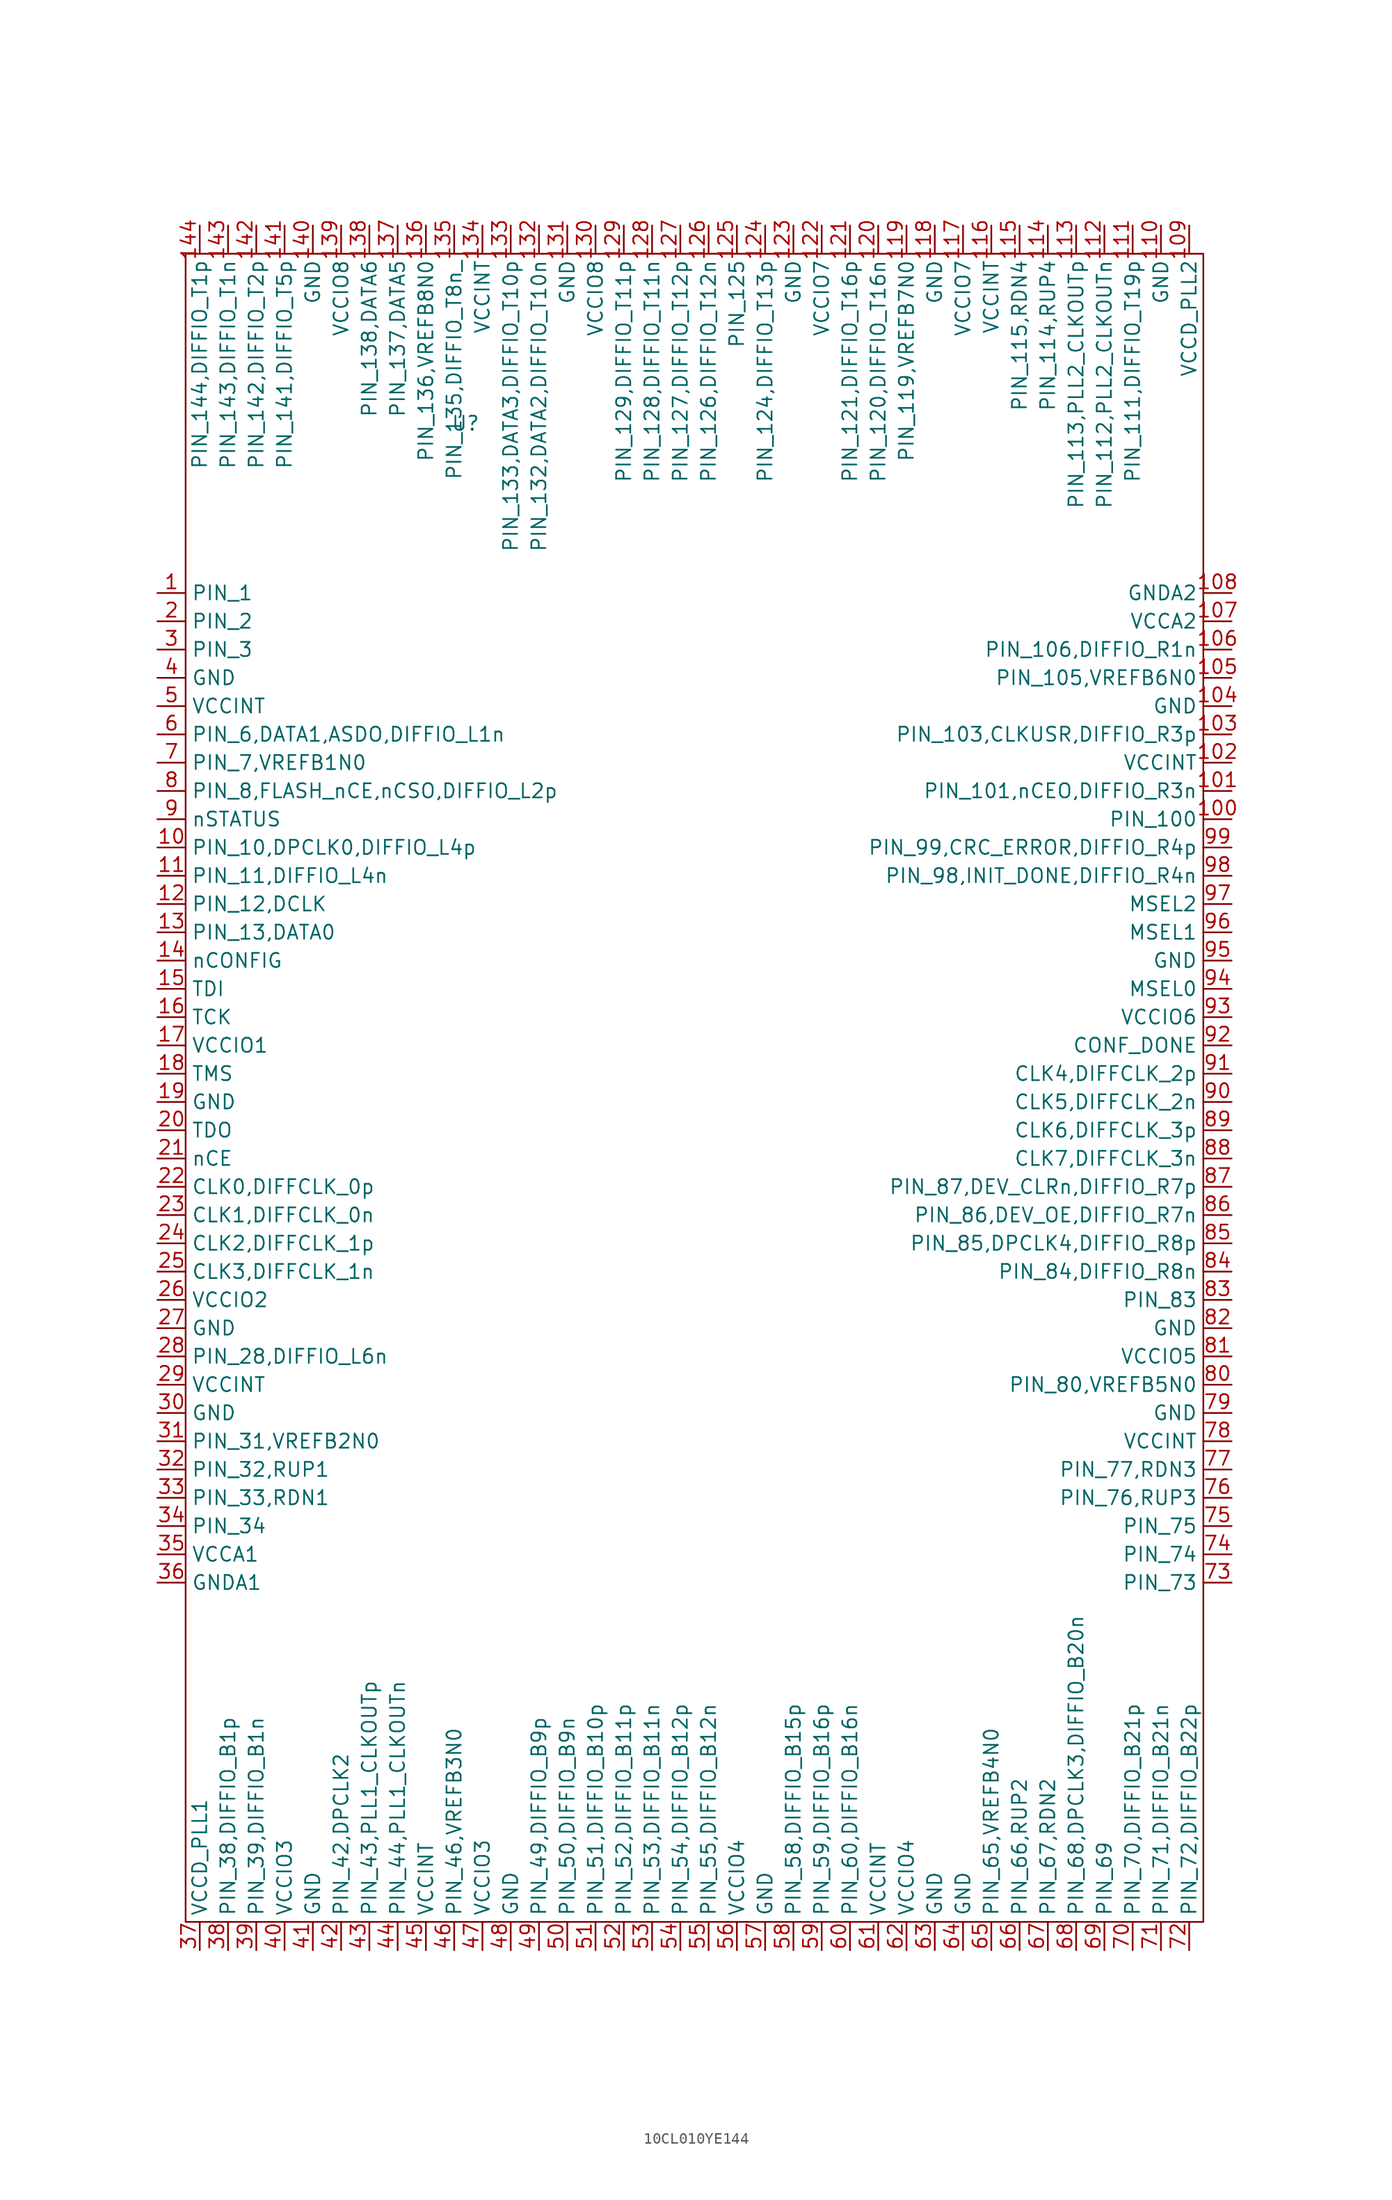
<source format=kicad_sym>
(kicad_symbol_lib
  (version 20231120)
  (generator "kicad_symbol_editor")
  (generator_version "8.0")
  (symbol "10CL010YE144"
    (property "Reference" "U"
      (at -20.574 57.15 0)
      (effects (font (size 1.27 1.27))))
    (property "Value" ""
      (at -20.32 11.43 0)
      (effects (font (size 1.27 1.27))))
    (symbol "10CL010YE144_0_1"
      (rectangle (start -45.72 72.39) (end 45.72 -77.47) (stroke (width 0) (type default)) (fill (type none))))
    (symbol "10CL010YE144_1_1"
      (pin bidirectional line (at -48.26 41.91 0) (length 2.54) (name "PIN_1" (effects (font (size 1.27 1.27)))) (number "1" (effects (font (size 1.27 1.27)))))
      (pin bidirectional line (at -48.26 19.05 0) (length 2.54) (name "PIN_10,DPCLK0,DIFFIO_L4p" (effects (font (size 1.27 1.27)))) (number "10" (effects (font (size 1.27 1.27)))))
      (pin bidirectional line (at 48.26 21.59 180) (length 2.54) (name "PIN_100" (effects (font (size 1.27 1.27)))) (number "100" (effects (font (size 1.27 1.27)))))
      (pin bidirectional line (at 48.26 24.13 180) (length 2.54) (name "PIN_101,nCEO,DIFFIO_R3n" (effects (font (size 1.27 1.27)))) (number "101" (effects (font (size 1.27 1.27)))))
      (pin power_in line (at 48.26 26.67 180) (length 2.54) (name "VCCINT" (effects (font (size 1.27 1.27)))) (number "102" (effects (font (size 1.27 1.27)))))
      (pin bidirectional line (at 48.26 29.21 180) (length 2.54) (name "PIN_103,CLKUSR,DIFFIO_R3p" (effects (font (size 1.27 1.27)))) (number "103" (effects (font (size 1.27 1.27)))))
      (pin power_in line (at 48.26 31.75 180) (length 2.54) (name "GND" (effects (font (size 1.27 1.27)))) (number "104" (effects (font (size 1.27 1.27)))))
      (pin bidirectional line (at 48.26 34.29 180) (length 2.54) (name "PIN_105,VREFB6N0" (effects (font (size 1.27 1.27)))) (number "105" (effects (font (size 1.27 1.27)))))
      (pin bidirectional line (at 48.26 36.83 180) (length 2.54) (name "PIN_106,DIFFIO_R1n" (effects (font (size 1.27 1.27)))) (number "106" (effects (font (size 1.27 1.27)))))
      (pin power_in line (at 48.26 39.37 180) (length 2.54) (name "VCCA2" (effects (font (size 1.27 1.27)))) (number "107" (effects (font (size 1.27 1.27)))))
      (pin power_in line (at 48.26 41.91 180) (length 2.54) (name "GNDA2" (effects (font (size 1.27 1.27)))) (number "108" (effects (font (size 1.27 1.27)))))
      (pin power_in line (at 44.45 74.93 270) (length 2.54) (name "VCCD_PLL2" (effects (font (size 1.27 1.27)))) (number "109" (effects (font (size 1.27 1.27)))))
      (pin bidirectional line (at -48.26 16.51 0) (length 2.54) (name "PIN_11,DIFFIO_L4n" (effects (font (size 1.27 1.27)))) (number "11" (effects (font (size 1.27 1.27)))))
      (pin power_in line (at 41.91 74.93 270) (length 2.54) (name "GND" (effects (font (size 1.27 1.27)))) (number "110" (effects (font (size 1.27 1.27)))))
      (pin bidirectional line (at 39.37 74.93 270) (length 2.54) (name "PIN_111,DIFFIO_T19p" (effects (font (size 1.27 1.27)))) (number "111" (effects (font (size 1.27 1.27)))))
      (pin bidirectional line (at 36.83 74.93 270) (length 2.54) (name "PIN_112,PLL2_CLKOUTn" (effects (font (size 1.27 1.27)))) (number "112" (effects (font (size 1.27 1.27)))))
      (pin bidirectional line (at 34.29 74.93 270) (length 2.54) (name "PIN_113,PLL2_CLKOUTp" (effects (font (size 1.27 1.27)))) (number "113" (effects (font (size 1.27 1.27)))))
      (pin bidirectional line (at 31.75 74.93 270) (length 2.54) (name "PIN_114,RUP4" (effects (font (size 1.27 1.27)))) (number "114" (effects (font (size 1.27 1.27)))))
      (pin bidirectional line (at 29.21 74.93 270) (length 2.54) (name "PIN_115,RDN4" (effects (font (size 1.27 1.27)))) (number "115" (effects (font (size 1.27 1.27)))))
      (pin power_in line (at 26.67 74.93 270) (length 2.54) (name "VCCINT" (effects (font (size 1.27 1.27)))) (number "116" (effects (font (size 1.27 1.27)))))
      (pin bidirectional line (at 24.13 74.93 270) (length 2.54) (name "VCCIO7" (effects (font (size 1.27 1.27)))) (number "117" (effects (font (size 1.27 1.27)))))
      (pin power_in line (at 21.59 74.93 270) (length 2.54) (name "GND" (effects (font (size 1.27 1.27)))) (number "118" (effects (font (size 1.27 1.27)))))
      (pin bidirectional line (at 19.05 74.93 270) (length 2.54) (name "PIN_119,VREFB7N0" (effects (font (size 1.27 1.27)))) (number "119" (effects (font (size 1.27 1.27)))))
      (pin bidirectional line (at -48.26 13.97 0) (length 2.54) (name "PIN_12,DCLK" (effects (font (size 1.27 1.27)))) (number "12" (effects (font (size 1.27 1.27)))))
      (pin bidirectional line (at 16.51 74.93 270) (length 2.54) (name "PIN_120,DIFFIO_T16n" (effects (font (size 1.27 1.27)))) (number "120" (effects (font (size 1.27 1.27)))))
      (pin bidirectional line (at 13.97 74.93 270) (length 2.54) (name "PIN_121,DIFFIO_T16p" (effects (font (size 1.27 1.27)))) (number "121" (effects (font (size 1.27 1.27)))))
      (pin power_in line (at 11.43 74.93 270) (length 2.54) (name "VCCIO7" (effects (font (size 1.27 1.27)))) (number "122" (effects (font (size 1.27 1.27)))))
      (pin power_in line (at 8.89 74.93 270) (length 2.54) (name "GND" (effects (font (size 1.27 1.27)))) (number "123" (effects (font (size 1.27 1.27)))))
      (pin bidirectional line (at 6.35 74.93 270) (length 2.54) (name "PIN_124,DIFFIO_T13p" (effects (font (size 1.27 1.27)))) (number "124" (effects (font (size 1.27 1.27)))))
      (pin bidirectional line (at 3.81 74.93 270) (length 2.54) (name "PIN_125" (effects (font (size 1.27 1.27)))) (number "125" (effects (font (size 1.27 1.27)))))
      (pin bidirectional line (at 1.27 74.93 270) (length 2.54) (name "PIN_126,DIFFIO_T12n" (effects (font (size 1.27 1.27)))) (number "126" (effects (font (size 1.27 1.27)))))
      (pin bidirectional line (at -1.27 74.93 270) (length 2.54) (name "PIN_127,DIFFIO_T12p" (effects (font (size 1.27 1.27)))) (number "127" (effects (font (size 1.27 1.27)))))
      (pin bidirectional line (at -3.81 74.93 270) (length 2.54) (name "PIN_128,DIFFIO_T11n" (effects (font (size 1.27 1.27)))) (number "128" (effects (font (size 1.27 1.27)))))
      (pin bidirectional line (at -6.35 74.93 270) (length 2.54) (name "PIN_129,DIFFIO_T11p" (effects (font (size 1.27 1.27)))) (number "129" (effects (font (size 1.27 1.27)))))
      (pin bidirectional line (at -48.26 11.43 0) (length 2.54) (name "PIN_13,DATA0" (effects (font (size 1.27 1.27)))) (number "13" (effects (font (size 1.27 1.27)))))
      (pin power_in line (at -8.89 74.93 270) (length 2.54) (name "VCCIO8" (effects (font (size 1.27 1.27)))) (number "130" (effects (font (size 1.27 1.27)))))
      (pin power_in line (at -11.43 74.93 270) (length 2.54) (name "GND" (effects (font (size 1.27 1.27)))) (number "131" (effects (font (size 1.27 1.27)))))
      (pin bidirectional line (at -13.97 74.93 270) (length 2.54) (name "PIN_132,DATA2,DIFFIO_T10n" (effects (font (size 1.27 1.27)))) (number "132" (effects (font (size 1.27 1.27)))))
      (pin bidirectional line (at -16.51 74.93 270) (length 2.54) (name "PIN_133,DATA3,DIFFIO_T10p" (effects (font (size 1.27 1.27)))) (number "133" (effects (font (size 1.27 1.27)))))
      (pin power_in line (at -19.05 74.93 270) (length 2.54) (name "VCCINT" (effects (font (size 1.27 1.27)))) (number "134" (effects (font (size 1.27 1.27)))))
      (pin bidirectional line (at -21.59 74.93 270) (length 2.54) (name "PIN_135,DIFFIO_T8n_" (effects (font (size 1.27 1.27)))) (number "135" (effects (font (size 1.27 1.27)))))
      (pin bidirectional line (at -24.13 74.93 270) (length 2.54) (name "PIN_136,VREFB8N0" (effects (font (size 1.27 1.27)))) (number "136" (effects (font (size 1.27 1.27)))))
      (pin bidirectional line (at -26.67 74.93 270) (length 2.54) (name "PIN_137,DATA5" (effects (font (size 1.27 1.27)))) (number "137" (effects (font (size 1.27 1.27)))))
      (pin bidirectional line (at -29.21 74.93 270) (length 2.54) (name "PIN_138,DATA6" (effects (font (size 1.27 1.27)))) (number "138" (effects (font (size 1.27 1.27)))))
      (pin power_in line (at -31.75 74.93 270) (length 2.54) (name "VCCIO8" (effects (font (size 1.27 1.27)))) (number "139" (effects (font (size 1.27 1.27)))))
      (pin input line (at -48.26 8.89 0) (length 2.54) (name "nCONFIG" (effects (font (size 1.27 1.27)))) (number "14" (effects (font (size 1.27 1.27)))))
      (pin power_in line (at -34.29 74.93 270) (length 2.54) (name "GND" (effects (font (size 1.27 1.27)))) (number "140" (effects (font (size 1.27 1.27)))))
      (pin bidirectional line (at -36.83 74.93 270) (length 2.54) (name "PIN_141,DIFFIO_T5p" (effects (font (size 1.27 1.27)))) (number "141" (effects (font (size 1.27 1.27)))))
      (pin bidirectional line (at -39.37 74.93 270) (length 2.54) (name "PIN_142,DIFFIO_T2p" (effects (font (size 1.27 1.27)))) (number "142" (effects (font (size 1.27 1.27)))))
      (pin bidirectional line (at -41.91 74.93 270) (length 2.54) (name "PIN_143,DIFFIO_T1n" (effects (font (size 1.27 1.27)))) (number "143" (effects (font (size 1.27 1.27)))))
      (pin bidirectional line (at -44.45 74.93 270) (length 2.54) (name "PIN_144,DIFFIO_T1p" (effects (font (size 1.27 1.27)))) (number "144" (effects (font (size 1.27 1.27)))))
      (pin input line (at -48.26 6.35 0) (length 2.54) (name "TDI" (effects (font (size 1.27 1.27)))) (number "15" (effects (font (size 1.27 1.27)))))
      (pin input line (at -48.26 3.81 0) (length 2.54) (name "TCK" (effects (font (size 1.27 1.27)))) (number "16" (effects (font (size 1.27 1.27)))))
      (pin power_in line (at -48.26 1.27 0) (length 2.54) (name "VCCIO1" (effects (font (size 1.27 1.27)))) (number "17" (effects (font (size 1.27 1.27)))))
      (pin input line (at -48.26 -1.27 0) (length 2.54) (name "TMS" (effects (font (size 1.27 1.27)))) (number "18" (effects (font (size 1.27 1.27)))))
      (pin power_in line (at -48.26 -3.81 0) (length 2.54) (name "GND" (effects (font (size 1.27 1.27)))) (number "19" (effects (font (size 1.27 1.27)))))
      (pin bidirectional line (at -48.26 39.37 0) (length 2.54) (name "PIN_2" (effects (font (size 1.27 1.27)))) (number "2" (effects (font (size 1.27 1.27)))))
      (pin output line (at -48.26 -6.35 0) (length 2.54) (name "TDO" (effects (font (size 1.27 1.27)))) (number "20" (effects (font (size 1.27 1.27)))))
      (pin input line (at -48.26 -8.89 0) (length 2.54) (name "nCE" (effects (font (size 1.27 1.27)))) (number "21" (effects (font (size 1.27 1.27)))))
      (pin input line (at -48.26 -11.43 0) (length 2.54) (name "CLK0,DIFFCLK_0p" (effects (font (size 1.27 1.27)))) (number "22" (effects (font (size 1.27 1.27)))))
      (pin input line (at -48.26 -13.97 0) (length 2.54) (name "CLK1,DIFFCLK_0n" (effects (font (size 1.27 1.27)))) (number "23" (effects (font (size 1.27 1.27)))))
      (pin input line (at -48.26 -16.51 0) (length 2.54) (name "CLK2,DIFFCLK_1p" (effects (font (size 1.27 1.27)))) (number "24" (effects (font (size 1.27 1.27)))))
      (pin input line (at -48.26 -19.05 0) (length 2.54) (name "CLK3,DIFFCLK_1n" (effects (font (size 1.27 1.27)))) (number "25" (effects (font (size 1.27 1.27)))))
      (pin power_in line (at -48.26 -21.59 0) (length 2.54) (name "VCCIO2" (effects (font (size 1.27 1.27)))) (number "26" (effects (font (size 1.27 1.27)))))
      (pin power_in line (at -48.26 -24.13 0) (length 2.54) (name "GND" (effects (font (size 1.27 1.27)))) (number "27" (effects (font (size 1.27 1.27)))))
      (pin bidirectional line (at -48.26 -26.67 0) (length 2.54) (name "PIN_28,DIFFIO_L6n" (effects (font (size 1.27 1.27)))) (number "28" (effects (font (size 1.27 1.27)))))
      (pin power_in line (at -48.26 -29.21 0) (length 2.54) (name "VCCINT" (effects (font (size 1.27 1.27)))) (number "29" (effects (font (size 1.27 1.27)))))
      (pin bidirectional line (at -48.26 36.83 0) (length 2.54) (name "PIN_3" (effects (font (size 1.27 1.27)))) (number "3" (effects (font (size 1.27 1.27)))))
      (pin power_in line (at -48.26 -31.75 0) (length 2.54) (name "GND" (effects (font (size 1.27 1.27)))) (number "30" (effects (font (size 1.27 1.27)))))
      (pin bidirectional line (at -48.26 -34.29 0) (length 2.54) (name "PIN_31,VREFB2N0" (effects (font (size 1.27 1.27)))) (number "31" (effects (font (size 1.27 1.27)))))
      (pin bidirectional line (at -48.26 -36.83 0) (length 2.54) (name "PIN_32,RUP1" (effects (font (size 1.27 1.27)))) (number "32" (effects (font (size 1.27 1.27)))))
      (pin bidirectional line (at -48.26 -39.37 0) (length 2.54) (name "PIN_33,RDN1" (effects (font (size 1.27 1.27)))) (number "33" (effects (font (size 1.27 1.27)))))
      (pin bidirectional line (at -48.26 -41.91 0) (length 2.54) (name "PIN_34" (effects (font (size 1.27 1.27)))) (number "34" (effects (font (size 1.27 1.27)))))
      (pin power_in line (at -48.26 -44.45 0) (length 2.54) (name "VCCA1" (effects (font (size 1.27 1.27)))) (number "35" (effects (font (size 1.27 1.27)))))
      (pin bidirectional line (at -48.26 -46.99 0) (length 2.54) (name "GNDA1" (effects (font (size 1.27 1.27)))) (number "36" (effects (font (size 1.27 1.27)))))
      (pin power_in line (at -44.45 -80.01 90) (length 2.54) (name "VCCD_PLL1" (effects (font (size 1.27 1.27)))) (number "37" (effects (font (size 1.27 1.27)))))
      (pin bidirectional line (at -41.91 -80.01 90) (length 2.54) (name "PIN_38,DIFFIO_B1p" (effects (font (size 1.27 1.27)))) (number "38" (effects (font (size 1.27 1.27)))))
      (pin bidirectional line (at -39.37 -80.01 90) (length 2.54) (name "PIN_39,DIFFIO_B1n" (effects (font (size 1.27 1.27)))) (number "39" (effects (font (size 1.27 1.27)))))
      (pin power_in line (at -48.26 34.29 0) (length 2.54) (name "GND" (effects (font (size 1.27 1.27)))) (number "4" (effects (font (size 1.27 1.27)))))
      (pin power_in line (at -36.83 -80.01 90) (length 2.54) (name "VCCIO3" (effects (font (size 1.27 1.27)))) (number "40" (effects (font (size 1.27 1.27)))))
      (pin power_in line (at -34.29 -80.01 90) (length 2.54) (name "GND" (effects (font (size 1.27 1.27)))) (number "41" (effects (font (size 1.27 1.27)))))
      (pin bidirectional line (at -31.75 -80.01 90) (length 2.54) (name "PIN_42,DPCLK2" (effects (font (size 1.27 1.27)))) (number "42" (effects (font (size 1.27 1.27)))))
      (pin bidirectional line (at -29.21 -80.01 90) (length 2.54) (name "PIN_43,PLL1_CLKOUTp" (effects (font (size 1.27 1.27)))) (number "43" (effects (font (size 1.27 1.27)))))
      (pin bidirectional line (at -26.67 -80.01 90) (length 2.54) (name "PIN_44,PLL1_CLKOUTn" (effects (font (size 1.27 1.27)))) (number "44" (effects (font (size 1.27 1.27)))))
      (pin power_in line (at -24.13 -80.01 90) (length 2.54) (name "VCCINT" (effects (font (size 1.27 1.27)))) (number "45" (effects (font (size 1.27 1.27)))))
      (pin bidirectional line (at -21.59 -80.01 90) (length 2.54) (name "PIN_46,VREFB3N0" (effects (font (size 1.27 1.27)))) (number "46" (effects (font (size 1.27 1.27)))))
      (pin power_in line (at -19.05 -80.01 90) (length 2.54) (name "VCCIO3" (effects (font (size 1.27 1.27)))) (number "47" (effects (font (size 1.27 1.27)))))
      (pin power_in line (at -16.51 -80.01 90) (length 2.54) (name "GND" (effects (font (size 1.27 1.27)))) (number "48" (effects (font (size 1.27 1.27)))))
      (pin bidirectional line (at -13.97 -80.01 90) (length 2.54) (name "PIN_49,DIFFIO_B9p" (effects (font (size 1.27 1.27)))) (number "49" (effects (font (size 1.27 1.27)))))
      (pin power_in line (at -48.26 31.75 0) (length 2.54) (name "VCCINT" (effects (font (size 1.27 1.27)))) (number "5" (effects (font (size 1.27 1.27)))))
      (pin bidirectional line (at -11.43 -80.01 90) (length 2.54) (name "PIN_50,DIFFIO_B9n" (effects (font (size 1.27 1.27)))) (number "50" (effects (font (size 1.27 1.27)))))
      (pin bidirectional line (at -8.89 -80.01 90) (length 2.54) (name "PIN_51,DIFFIO_B10p" (effects (font (size 1.27 1.27)))) (number "51" (effects (font (size 1.27 1.27)))))
      (pin input line (at -6.35 -80.01 90) (length 2.54) (name "PIN_52,DIFFIO_B11p" (effects (font (size 1.27 1.27)))) (number "52" (effects (font (size 1.27 1.27)))))
      (pin bidirectional line (at -3.81 -80.01 90) (length 2.54) (name "PIN_53,DIFFIO_B11n" (effects (font (size 1.27 1.27)))) (number "53" (effects (font (size 1.27 1.27)))))
      (pin bidirectional line (at -1.27 -80.01 90) (length 2.54) (name "PIN_54,DIFFIO_B12p" (effects (font (size 1.27 1.27)))) (number "54" (effects (font (size 1.27 1.27)))))
      (pin bidirectional line (at 1.27 -80.01 90) (length 2.54) (name "PIN_55,DIFFIO_B12n" (effects (font (size 1.27 1.27)))) (number "55" (effects (font (size 1.27 1.27)))))
      (pin power_in line (at 3.81 -80.01 90) (length 2.54) (name "VCCIO4" (effects (font (size 1.27 1.27)))) (number "56" (effects (font (size 1.27 1.27)))))
      (pin power_in line (at 6.35 -80.01 90) (length 2.54) (name "GND" (effects (font (size 1.27 1.27)))) (number "57" (effects (font (size 1.27 1.27)))))
      (pin bidirectional line (at 8.89 -80.01 90) (length 2.54) (name "PIN_58,DIFFIO_B15p" (effects (font (size 1.27 1.27)))) (number "58" (effects (font (size 1.27 1.27)))))
      (pin bidirectional line (at 11.43 -80.01 90) (length 2.54) (name "PIN_59,DIFFIO_B16p" (effects (font (size 1.27 1.27)))) (number "59" (effects (font (size 1.27 1.27)))))
      (pin bidirectional line (at -48.26 29.21 0) (length 2.54) (name "PIN_6,DATA1,ASDO,DIFFIO_L1n" (effects (font (size 1.27 1.27)))) (number "6" (effects (font (size 1.27 1.27)))))
      (pin bidirectional line (at 13.97 -80.01 90) (length 2.54) (name "PIN_60,DIFFIO_B16n" (effects (font (size 1.27 1.27)))) (number "60" (effects (font (size 1.27 1.27)))))
      (pin power_in line (at 16.51 -80.01 90) (length 2.54) (name "VCCINT" (effects (font (size 1.27 1.27)))) (number "61" (effects (font (size 1.27 1.27)))))
      (pin power_in line (at 19.05 -80.01 90) (length 2.54) (name "VCCIO4" (effects (font (size 1.27 1.27)))) (number "62" (effects (font (size 1.27 1.27)))))
      (pin power_in line (at 21.59 -80.01 90) (length 2.54) (name "GND" (effects (font (size 1.27 1.27)))) (number "63" (effects (font (size 1.27 1.27)))))
      (pin power_in line (at 24.13 -80.01 90) (length 2.54) (name "GND" (effects (font (size 1.27 1.27)))) (number "64" (effects (font (size 1.27 1.27)))))
      (pin bidirectional line (at 26.67 -80.01 90) (length 2.54) (name "PIN_65,VREFB4N0" (effects (font (size 1.27 1.27)))) (number "65" (effects (font (size 1.27 1.27)))))
      (pin bidirectional line (at 29.21 -80.01 90) (length 2.54) (name "PIN_66,RUP2" (effects (font (size 1.27 1.27)))) (number "66" (effects (font (size 1.27 1.27)))))
      (pin bidirectional line (at 31.75 -80.01 90) (length 2.54) (name "PIN_67,RDN2" (effects (font (size 1.27 1.27)))) (number "67" (effects (font (size 1.27 1.27)))))
      (pin bidirectional line (at 34.29 -80.01 90) (length 2.54) (name "PIN_68,DPCLK3,DIFFIO_B20n" (effects (font (size 1.27 1.27)))) (number "68" (effects (font (size 1.27 1.27)))))
      (pin bidirectional line (at 36.83 -80.01 90) (length 2.54) (name "PIN_69" (effects (font (size 1.27 1.27)))) (number "69" (effects (font (size 1.27 1.27)))))
      (pin bidirectional line (at -48.26 26.67 0) (length 2.54) (name "PIN_7,VREFB1N0" (effects (font (size 1.27 1.27)))) (number "7" (effects (font (size 1.27 1.27)))))
      (pin bidirectional line (at 39.37 -80.01 90) (length 2.54) (name "PIN_70,DIFFIO_B21p" (effects (font (size 1.27 1.27)))) (number "70" (effects (font (size 1.27 1.27)))))
      (pin bidirectional line (at 41.91 -80.01 90) (length 2.54) (name "PIN_71,DIFFIO_B21n" (effects (font (size 1.27 1.27)))) (number "71" (effects (font (size 1.27 1.27)))))
      (pin bidirectional line (at 44.45 -80.01 90) (length 2.54) (name "PIN_72,DIFFIO_B22p" (effects (font (size 1.27 1.27)))) (number "72" (effects (font (size 1.27 1.27)))))
      (pin bidirectional line (at 48.26 -46.99 180) (length 2.54) (name "PIN_73" (effects (font (size 1.27 1.27)))) (number "73" (effects (font (size 1.27 1.27)))))
      (pin bidirectional line (at 48.26 -44.45 180) (length 2.54) (name "PIN_74" (effects (font (size 1.27 1.27)))) (number "74" (effects (font (size 1.27 1.27)))))
      (pin bidirectional line (at 48.26 -41.91 180) (length 2.54) (name "PIN_75" (effects (font (size 1.27 1.27)))) (number "75" (effects (font (size 1.27 1.27)))))
      (pin bidirectional line (at 48.26 -39.37 180) (length 2.54) (name "PIN_76,RUP3" (effects (font (size 1.27 1.27)))) (number "76" (effects (font (size 1.27 1.27)))))
      (pin bidirectional line (at 48.26 -36.83 180) (length 2.54) (name "PIN_77,RDN3" (effects (font (size 1.27 1.27)))) (number "77" (effects (font (size 1.27 1.27)))))
      (pin power_in line (at 48.26 -34.29 180) (length 2.54) (name "VCCINT" (effects (font (size 1.27 1.27)))) (number "78" (effects (font (size 1.27 1.27)))))
      (pin power_in line (at 48.26 -31.75 180) (length 2.54) (name "GND" (effects (font (size 1.27 1.27)))) (number "79" (effects (font (size 1.27 1.27)))))
      (pin bidirectional line (at -48.26 24.13 0) (length 2.54) (name "PIN_8,FLASH_nCE,nCSO,DIFFIO_L2p" (effects (font (size 1.27 1.27)))) (number "8" (effects (font (size 1.27 1.27)))))
      (pin bidirectional line (at 48.26 -29.21 180) (length 2.54) (name "PIN_80,VREFB5N0" (effects (font (size 1.27 1.27)))) (number "80" (effects (font (size 1.27 1.27)))))
      (pin power_in line (at 48.26 -26.67 180) (length 2.54) (name "VCCIO5" (effects (font (size 1.27 1.27)))) (number "81" (effects (font (size 1.27 1.27)))))
      (pin power_in line (at 48.26 -24.13 180) (length 2.54) (name "GND" (effects (font (size 1.27 1.27)))) (number "82" (effects (font (size 1.27 1.27)))))
      (pin bidirectional line (at 48.26 -21.59 180) (length 2.54) (name "PIN_83" (effects (font (size 1.27 1.27)))) (number "83" (effects (font (size 1.27 1.27)))))
      (pin bidirectional line (at 48.26 -19.05 180) (length 2.54) (name "PIN_84,DIFFIO_R8n" (effects (font (size 1.27 1.27)))) (number "84" (effects (font (size 1.27 1.27)))))
      (pin bidirectional line (at 48.26 -16.51 180) (length 2.54) (name "PIN_85,DPCLK4,DIFFIO_R8p" (effects (font (size 1.27 1.27)))) (number "85" (effects (font (size 1.27 1.27)))))
      (pin bidirectional line (at 48.26 -13.97 180) (length 2.54) (name "PIN_86,DEV_OE,DIFFIO_R7n" (effects (font (size 1.27 1.27)))) (number "86" (effects (font (size 1.27 1.27)))))
      (pin bidirectional line (at 48.26 -11.43 180) (length 2.54) (name "PIN_87,DEV_CLRn,DIFFIO_R7p" (effects (font (size 1.27 1.27)))) (number "87" (effects (font (size 1.27 1.27)))))
      (pin input line (at 48.26 -8.89 180) (length 2.54) (name "CLK7,DIFFCLK_3n" (effects (font (size 1.27 1.27)))) (number "88" (effects (font (size 1.27 1.27)))))
      (pin input line (at 48.26 -6.35 180) (length 2.54) (name "CLK6,DIFFCLK_3p" (effects (font (size 1.27 1.27)))) (number "89" (effects (font (size 1.27 1.27)))))
      (pin output line (at -48.26 21.59 0) (length 2.54) (name "nSTATUS" (effects (font (size 1.27 1.27)))) (number "9" (effects (font (size 1.27 1.27)))))
      (pin input line (at 48.26 -3.81 180) (length 2.54) (name "CLK5,DIFFCLK_2n" (effects (font (size 1.27 1.27)))) (number "90" (effects (font (size 1.27 1.27)))))
      (pin input line (at 48.26 -1.27 180) (length 2.54) (name "CLK4,DIFFCLK_2p" (effects (font (size 1.27 1.27)))) (number "91" (effects (font (size 1.27 1.27)))))
      (pin output line (at 48.26 1.27 180) (length 2.54) (name "CONF_DONE" (effects (font (size 1.27 1.27)))) (number "92" (effects (font (size 1.27 1.27)))))
      (pin power_in line (at 48.26 3.81 180) (length 2.54) (name "VCCIO6" (effects (font (size 1.27 1.27)))) (number "93" (effects (font (size 1.27 1.27)))))
      (pin input line (at 48.26 6.35 180) (length 2.54) (name "MSEL0" (effects (font (size 1.27 1.27)))) (number "94" (effects (font (size 1.27 1.27)))))
      (pin power_in line (at 48.26 8.89 180) (length 2.54) (name "GND" (effects (font (size 1.27 1.27)))) (number "95" (effects (font (size 1.27 1.27)))))
      (pin input line (at 48.26 11.43 180) (length 2.54) (name "MSEL1" (effects (font (size 1.27 1.27)))) (number "96" (effects (font (size 1.27 1.27)))))
      (pin input line (at 48.26 13.97 180) (length 2.54) (name "MSEL2" (effects (font (size 1.27 1.27)))) (number "97" (effects (font (size 1.27 1.27)))))
      (pin bidirectional line (at 48.26 16.51 180) (length 2.54) (name "PIN_98,INIT_DONE,DIFFIO_R4n" (effects (font (size 1.27 1.27)))) (number "98" (effects (font (size 1.27 1.27)))))
      (pin bidirectional line (at 48.26 19.05 180) (length 2.54) (name "PIN_99,CRC_ERROR,DIFFIO_R4p" (effects (font (size 1.27 1.27)))) (number "99" (effects (font (size 1.27 1.27))))))))
</source>
